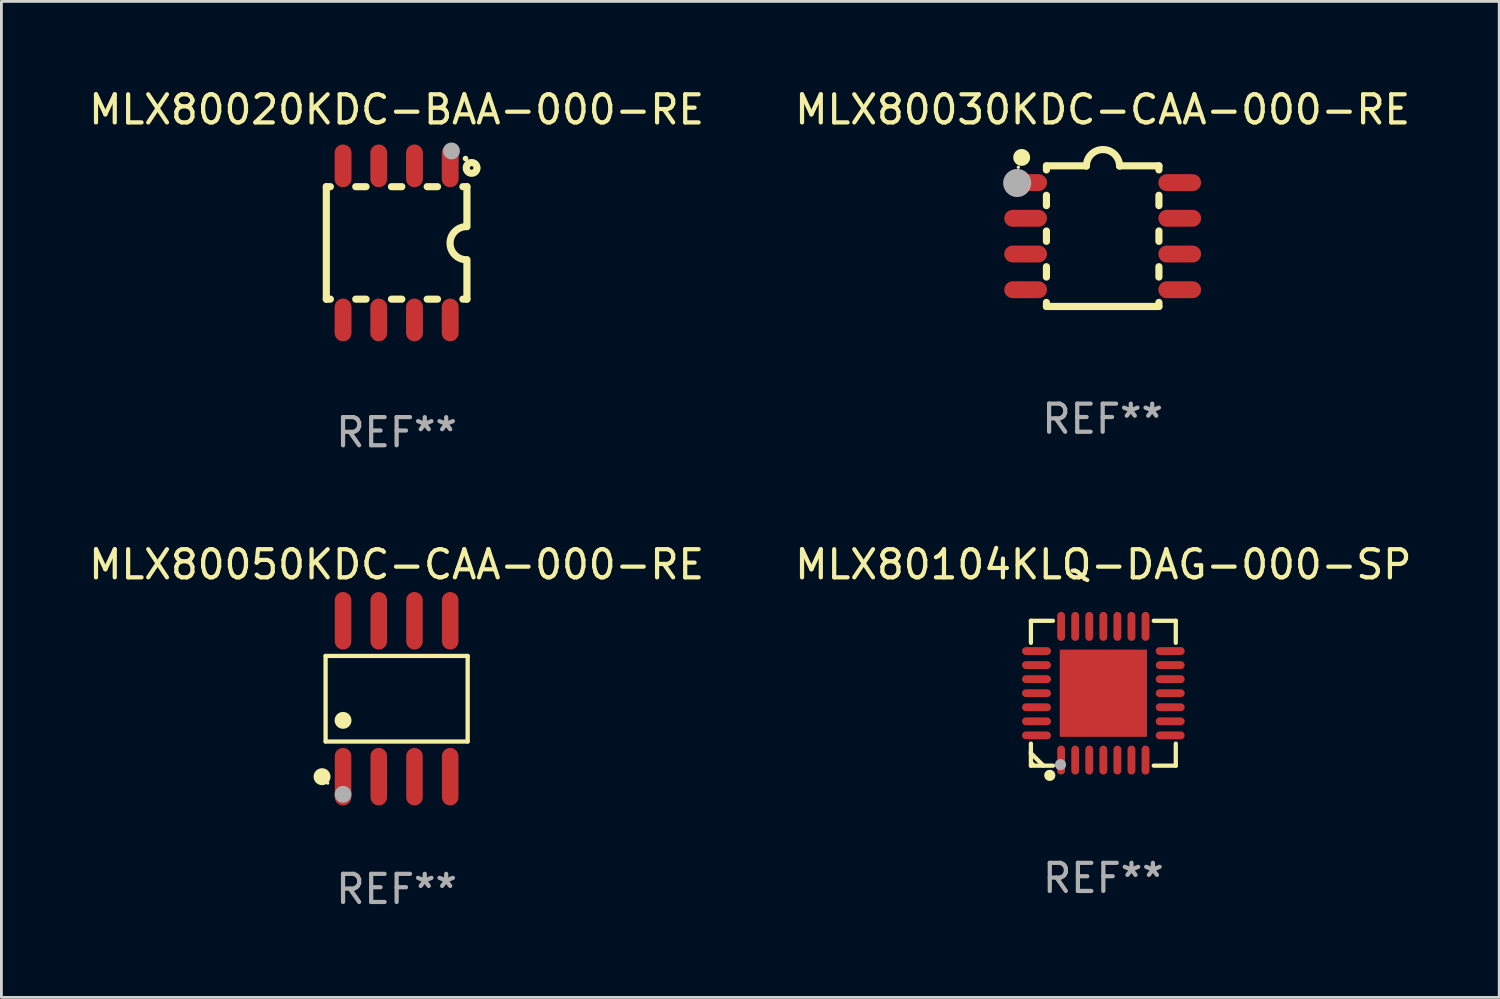
<source format=kicad_pcb>
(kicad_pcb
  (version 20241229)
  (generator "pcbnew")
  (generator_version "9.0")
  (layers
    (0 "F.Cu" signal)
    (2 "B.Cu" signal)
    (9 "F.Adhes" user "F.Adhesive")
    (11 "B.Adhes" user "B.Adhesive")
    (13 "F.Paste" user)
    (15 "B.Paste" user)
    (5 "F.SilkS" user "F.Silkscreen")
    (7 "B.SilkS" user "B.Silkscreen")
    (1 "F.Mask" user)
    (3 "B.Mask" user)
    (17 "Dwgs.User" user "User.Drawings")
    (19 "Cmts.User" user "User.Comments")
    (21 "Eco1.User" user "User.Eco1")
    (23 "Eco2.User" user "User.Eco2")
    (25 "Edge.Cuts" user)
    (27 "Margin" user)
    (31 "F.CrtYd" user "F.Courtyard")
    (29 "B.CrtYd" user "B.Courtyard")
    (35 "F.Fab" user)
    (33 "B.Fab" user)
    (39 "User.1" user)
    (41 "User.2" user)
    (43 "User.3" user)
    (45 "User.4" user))
  (footprint "MLX80104KLQ-DAG-000-SP"
    (layer "F.Cu")
    (at 36.185 21.601)
    (property "Reference" "MLX80104KLQ-DAG-000-SP" (at 0 -4.576 0) (layer "F.SilkS") (effects (font (size 1 1) (thickness 0.15))))
    (attr through_hole)
    (fp_line (start -2.576 -2.576) (end -2.576 -1.792) (stroke (width 0.152) (type solid)) (layer "F.SilkS"))
    (fp_line (start -2.576 2.077) (end -2.576 2.133) (stroke (width 0.152) (type solid)) (layer "F.SilkS"))
    (fp_line (start -2.576 2.133) (end -2.133 2.576) (stroke (width 0.152) (type solid)) (layer "F.SilkS"))
    (fp_line (start -2.576 2.576) (end -2.576 1.792) (stroke (width 0.152) (type solid)) (layer "F.SilkS"))
    (fp_line (start -1.792 -2.576) (end -2.576 -2.576) (stroke (width 0.152) (type solid)) (layer "F.SilkS"))
    (fp_line (start -1.792 2.576) (end -2.576 2.576) (stroke (width 0.152) (type solid)) (layer "F.SilkS"))
    (fp_line (start 1.792 -2.576) (end 2.576 -2.576) (stroke (width 0.152) (type solid)) (layer "F.SilkS"))
    (fp_line (start 1.792 2.576) (end 2.576 2.576) (stroke (width 0.152) (type solid)) (layer "F.SilkS"))
    (fp_line (start 2.576 -2.576) (end 2.576 -1.792) (stroke (width 0.152) (type solid)) (layer "F.SilkS"))
    (fp_line (start 2.576 2.576) (end 2.576 1.792) (stroke (width 0.152) (type solid)) (layer "F.SilkS"))
    (fp_circle (center -2.5 2.5) (end -2.47 2.5) (stroke (width 0.06) (type solid)) (fill no) (layer "F.SilkS"))
    (fp_circle (center -1.905 2.921) (end -1.805 2.921) (stroke (width 0.2) (type solid)) (fill no) (layer "F.SilkS"))
    (fp_circle (center -1.524 2.54) (end -1.424 2.54) (stroke (width 0.2) (type solid)) (fill no) (layer "F.Fab"))
    (fp_text user "REF**" (at 0 6.576 0) (layer "F.Fab") (effects (font (size 1 1) (thickness 0.15))))
    (pad "1" smd oval (at -1.5 2.377) (size 0.28 1.03) (layers "F.Cu" "F.Mask" "F.Paste"))
    (pad "2" smd oval (at -1 2.377) (size 0.28 1.03) (layers "F.Cu" "F.Mask" "F.Paste"))
    (pad "3" smd oval (at -0.5 2.377) (size 0.28 1.03) (layers "F.Cu" "F.Mask" "F.Paste"))
    (pad "4" smd oval (at 0 2.377) (size 0.28 1.03) (layers "F.Cu" "F.Mask" "F.Paste"))
    (pad "5" smd oval (at 0.5 2.377) (size 0.28 1.03) (layers "F.Cu" "F.Mask" "F.Paste"))
    (pad "6" smd oval (at 1 2.377) (size 0.28 1.03) (layers "F.Cu" "F.Mask" "F.Paste"))
    (pad "7" smd oval (at 1.5 2.377) (size 0.28 1.03) (layers "F.Cu" "F.Mask" "F.Paste"))
    (pad "8" smd oval (at 2.377 1.5) (size 1.03 0.28) (layers "F.Cu" "F.Mask" "F.Paste"))
    (pad "9" smd oval (at 2.377 1) (size 1.03 0.28) (layers "F.Cu" "F.Mask" "F.Paste"))
    (pad "10" smd oval (at 2.377 0.5) (size 1.03 0.28) (layers "F.Cu" "F.Mask" "F.Paste"))
    (pad "11" smd oval (at 2.377 0) (size 1.03 0.28) (layers "F.Cu" "F.Mask" "F.Paste"))
    (pad "12" smd oval (at 2.377 -0.5) (size 1.03 0.28) (layers "F.Cu" "F.Mask" "F.Paste"))
    (pad "13" smd oval (at 2.377 -1) (size 1.03 0.28) (layers "F.Cu" "F.Mask" "F.Paste"))
    (pad "14" smd oval (at 2.377 -1.5) (size 1.03 0.28) (layers "F.Cu" "F.Mask" "F.Paste"))
    (pad "15" smd oval (at 1.5 -2.377) (size 0.28 1.03) (layers "F.Cu" "F.Mask" "F.Paste"))
    (pad "16" smd oval (at 1 -2.377) (size 0.28 1.03) (layers "F.Cu" "F.Mask" "F.Paste"))
    (pad "17" smd oval (at 0.5 -2.377) (size 0.28 1.03) (layers "F.Cu" "F.Mask" "F.Paste"))
    (pad "18" smd oval (at 0 -2.377) (size 0.28 1.03) (layers "F.Cu" "F.Mask" "F.Paste"))
    (pad "19" smd oval (at -0.5 -2.377) (size 0.28 1.03) (layers "F.Cu" "F.Mask" "F.Paste"))
    (pad "20" smd oval (at -1 -2.377) (size 0.28 1.03) (layers "F.Cu" "F.Mask" "F.Paste"))
    (pad "21" smd oval (at -1.5 -2.377) (size 0.28 1.03) (layers "F.Cu" "F.Mask" "F.Paste"))
    (pad "22" smd oval (at -2.377 -1.5) (size 1.03 0.28) (layers "F.Cu" "F.Mask" "F.Paste"))
    (pad "23" smd oval (at -2.377 -1) (size 1.03 0.28) (layers "F.Cu" "F.Mask" "F.Paste"))
    (pad "24" smd oval (at -2.377 -0.5) (size 1.03 0.28) (layers "F.Cu" "F.Mask" "F.Paste"))
    (pad "25" smd oval (at -2.377 0) (size 1.03 0.28) (layers "F.Cu" "F.Mask" "F.Paste"))
    (pad "26" smd oval (at -2.377 0.5) (size 1.03 0.28) (layers "F.Cu" "F.Mask" "F.Paste"))
    (pad "27" smd oval (at -2.377 1) (size 1.03 0.28) (layers "F.Cu" "F.Mask" "F.Paste"))
    (pad "28" smd oval (at -2.377 1.5) (size 1.03 0.28) (layers "F.Cu" "F.Mask" "F.Paste"))
    (pad "29" smd rect (at 0 0) (size 3.1 3.1) (layers "F.Cu" "F.Mask" "F.Paste")))
  (footprint "MLX80050KDC-CAA-000-RE"
    (layer "F.Cu")
    (at 11.054 21.797)
    (property "Reference" "MLX80050KDC-CAA-000-RE" (at 0 -4.772 0) (layer "F.SilkS") (effects (font (size 1 1) (thickness 0.15))))
    (attr through_hole)
    (fp_line (start -2.526 -1.521) (end 2.526 -1.521) (stroke (width 0.152) (type solid)) (layer "F.SilkS"))
    (fp_line (start -2.526 1.521) (end -2.526 -1.521) (stroke (width 0.152) (type solid)) (layer "F.SilkS"))
    (fp_line (start 2.526 -1.521) (end 2.526 1.521) (stroke (width 0.152) (type solid)) (layer "F.SilkS"))
    (fp_line (start 2.526 1.521) (end -2.526 1.521) (stroke (width 0.152) (type solid)) (layer "F.SilkS"))
    (fp_circle (center -2.652 2.772) (end -2.501 2.772) (stroke (width 0.3) (type solid)) (fill no) (layer "F.SilkS"))
    (fp_circle (center -2.45 3) (end -2.42 3) (stroke (width 0.06) (type solid)) (fill no) (layer "F.SilkS"))
    (fp_circle (center -1.905 0.769) (end -1.755 0.769) (stroke (width 0.3) (type solid)) (fill no) (layer "F.SilkS"))
    (fp_circle (center -1.905 3.4) (end -1.755 3.4) (stroke (width 0.3) (type solid)) (fill no) (layer "F.Fab"))
    (fp_text user "REF**" (at 0 6.772 0) (layer "F.Fab") (effects (font (size 1 1) (thickness 0.15))))
    (pad "1" smd oval (at -1.905 2.772) (size 0.588 2.045) (layers "F.Cu" "F.Mask" "F.Paste"))
    (pad "2" smd oval (at -0.635 2.772) (size 0.588 2.045) (layers "F.Cu" "F.Mask" "F.Paste"))
    (pad "3" smd oval (at 0.635 2.772) (size 0.588 2.045) (layers "F.Cu" "F.Mask" "F.Paste"))
    (pad "4" smd oval (at 1.905 2.772) (size 0.588 2.045) (layers "F.Cu" "F.Mask" "F.Paste"))
    (pad "5" smd oval (at 1.905 -2.772) (size 0.588 2.045) (layers "F.Cu" "F.Mask" "F.Paste"))
    (pad "6" smd oval (at 0.635 -2.772) (size 0.588 2.045) (layers "F.Cu" "F.Mask" "F.Paste"))
    (pad "7" smd oval (at -0.635 -2.772) (size 0.588 2.045) (layers "F.Cu" "F.Mask" "F.Paste"))
    (pad "8" smd oval (at -1.905 -2.772) (size 0.588 2.045) (layers "F.Cu" "F.Mask" "F.Paste")))
  (footprint "MLX80020KDC-BAA-000-RE"
    (layer "F.Cu")
    (at 11.054 5.588)
    (property "Reference" "MLX80020KDC-BAA-000-RE" (at 0 -4.74 0) (layer "F.SilkS") (effects (font (size 1 1) (thickness 0.15))))
    (attr through_hole)
    (fp_line (start -2.5 2) (end -2.5 -2) (stroke (width 0.254) (type solid)) (layer "F.SilkS"))
    (fp_line (start -2.356 -2) (end -2.5 -2) (stroke (width 0.254) (type solid)) (layer "F.SilkS"))
    (fp_line (start -2.356 2) (end -2.5 2) (stroke (width 0.254) (type solid)) (layer "F.SilkS"))
    (fp_line (start -1.086 -2) (end -1.454 -2) (stroke (width 0.254) (type solid)) (layer "F.SilkS"))
    (fp_line (start -1.086 2) (end -1.454 2) (stroke (width 0.254) (type solid)) (layer "F.SilkS"))
    (fp_line (start 0.184 -2) (end -0.184 -2) (stroke (width 0.254) (type solid)) (layer "F.SilkS"))
    (fp_line (start 0.184 2) (end -0.184 2) (stroke (width 0.254) (type solid)) (layer "F.SilkS"))
    (fp_line (start 1.454 -2) (end 1.086 -2) (stroke (width 0.254) (type solid)) (layer "F.SilkS"))
    (fp_line (start 1.454 2) (end 1.086 2) (stroke (width 0.254) (type solid)) (layer "F.SilkS"))
    (fp_line (start 2.5 -2) (end 2.356 -2) (stroke (width 0.254) (type solid)) (layer "F.SilkS"))
    (fp_line (start 2.5 -0.58) (end 2.5 -2) (stroke (width 0.254) (type solid)) (layer "F.SilkS"))
    (fp_line (start 2.5 2) (end 2.356 2) (stroke (width 0.254) (type solid)) (layer "F.SilkS"))
    (fp_line (start 2.5 2) (end 2.5 0.6) (stroke (width 0.254) (type solid)) (layer "F.SilkS"))
    (fp_arc (start 2.489992 0.600051) (mid 1.901674 0.010046) (end 2.489992 -0.579959) (stroke (width 0.254001) (type solid)) (layer "F.SilkS"))
    (fp_circle (center 2.45 -3) (end 2.5 -3) (stroke (width 0.1) (type solid)) (fill no) (layer "F.SilkS"))
    (fp_circle (center 2.667 -2.667) (end 2.858 -2.667) (stroke (width 0.254) (type solid)) (fill no) (layer "F.SilkS"))
    (fp_circle (center 1.95 -3.27) (end 2.1 -3.27) (stroke (width 0.3) (type solid)) (fill no) (layer "F.Fab"))
    (fp_text user "REF**" (at 0 6.74 0) (layer "F.Fab") (effects (font (size 1 1) (thickness 0.15))))
    (pad "1" smd oval (at 1.905 -2.74) (size 0.6 1.52) (layers "F.Cu" "F.Mask" "F.Paste"))
    (pad "2" smd oval (at 0.635 -2.74) (size 0.6 1.52) (layers "F.Cu" "F.Mask" "F.Paste"))
    (pad "3" smd oval (at -0.635 -2.74) (size 0.6 1.52) (layers "F.Cu" "F.Mask" "F.Paste"))
    (pad "4" smd oval (at -1.905 -2.74) (size 0.6 1.52) (layers "F.Cu" "F.Mask" "F.Paste"))
    (pad "5" smd oval (at -1.905 2.74) (size 0.6 1.52) (layers "F.Cu" "F.Mask" "F.Paste"))
    (pad "6" smd oval (at -0.635 2.74) (size 0.6 1.52) (layers "F.Cu" "F.Mask" "F.Paste"))
    (pad "7" smd oval (at 0.635 2.74) (size 0.6 1.52) (layers "F.Cu" "F.Mask" "F.Paste"))
    (pad "8" smd oval (at 1.905 2.74) (size 0.6 1.52) (layers "F.Cu" "F.Mask" "F.Paste")))
  (footprint "MLX80030KDC-CAA-000-RE"
    (layer "F.Cu")
    (at 36.161 5.348)
    (property "Reference" "MLX80030KDC-CAA-000-RE" (at 0 -4.5 0) (layer "F.SilkS") (effects (font (size 1 1) (thickness 0.15))))
    (attr through_hole)
    (fp_line (start -2 -2.5) (end -2 -2.356) (stroke (width 0.254) (type solid)) (layer "F.SilkS"))
    (fp_line (start -2 -1.454) (end -2 -1.086) (stroke (width 0.254) (type solid)) (layer "F.SilkS"))
    (fp_line (start -2 -0.184) (end -2 0.184) (stroke (width 0.254) (type solid)) (layer "F.SilkS"))
    (fp_line (start -2 1.086) (end -2 1.454) (stroke (width 0.254) (type solid)) (layer "F.SilkS"))
    (fp_line (start -2 2.356) (end -2 2.5) (stroke (width 0.254) (type solid)) (layer "F.SilkS"))
    (fp_line (start -0.58 -2.5) (end -2 -2.5) (stroke (width 0.254) (type solid)) (layer "F.SilkS"))
    (fp_line (start 2 -2.5) (end 0.6 -2.5) (stroke (width 0.254) (type solid)) (layer "F.SilkS"))
    (fp_line (start 2 -2.5) (end 2 -2.356) (stroke (width 0.254) (type solid)) (layer "F.SilkS"))
    (fp_line (start 2 -1.454) (end 2 -1.086) (stroke (width 0.254) (type solid)) (layer "F.SilkS"))
    (fp_line (start 2 -0.184) (end 2 0.184) (stroke (width 0.254) (type solid)) (layer "F.SilkS"))
    (fp_line (start 2 1.086) (end 2 1.454) (stroke (width 0.254) (type solid)) (layer "F.SilkS"))
    (fp_line (start 2 2.356) (end 2 2.5) (stroke (width 0.254) (type solid)) (layer "F.SilkS"))
    (fp_line (start 2 2.5) (end -2 2.5) (stroke (width 0.254) (type solid)) (layer "F.SilkS"))
    (fp_arc (start -0.579908 -2.489992) (mid 0.010097 -3.07831) (end 0.600102 -2.489992) (stroke (width 0.254001) (type solid)) (layer "F.SilkS"))
    (fp_circle (center -3 -2.45) (end -2.97 -2.45) (stroke (width 0.06) (type solid)) (fill no) (layer "F.SilkS"))
    (fp_circle (center -2.88 -2.8) (end -2.73 -2.8) (stroke (width 0.3) (type solid)) (fill no) (layer "F.SilkS"))
    (fp_circle (center -3.04 -1.89) (end -2.79 -1.89) (stroke (width 0.5) (type solid)) (fill no) (layer "F.Fab"))
    (fp_text user "REF**" (at 0 6.5 0) (layer "F.Fab") (effects (font (size 1 1) (thickness 0.15))))
    (pad "1" smd oval (at -2.74 -1.905 90) (size 0.6 1.52) (layers "F.Cu" "F.Mask" "F.Paste"))
    (pad "2" smd oval (at -2.74 -0.635 90) (size 0.6 1.52) (layers "F.Cu" "F.Mask" "F.Paste"))
    (pad "3" smd oval (at -2.74 0.635 90) (size 0.6 1.52) (layers "F.Cu" "F.Mask" "F.Paste"))
    (pad "4" smd oval (at -2.74 1.905 90) (size 0.6 1.52) (layers "F.Cu" "F.Mask" "F.Paste"))
    (pad "5" smd oval (at 2.74 1.905 90) (size 0.6 1.52) (layers "F.Cu" "F.Mask" "F.Paste"))
    (pad "6" smd oval (at 2.74 0.635 90) (size 0.6 1.52) (layers "F.Cu" "F.Mask" "F.Paste"))
    (pad "7" smd oval (at 2.74 -0.635 90) (size 0.6 1.52) (layers "F.Cu" "F.Mask" "F.Paste"))
    (pad "8" smd oval (at 2.74 -1.905 90) (size 0.6 1.52) (layers "F.Cu" "F.Mask" "F.Paste")))
  (gr_rect
    (start -3 -3)
    (end 50.262 32.418)
    (stroke (width 0.1) (type default))
    (fill no)
    (layer "Edge.Cuts")))
</source>
